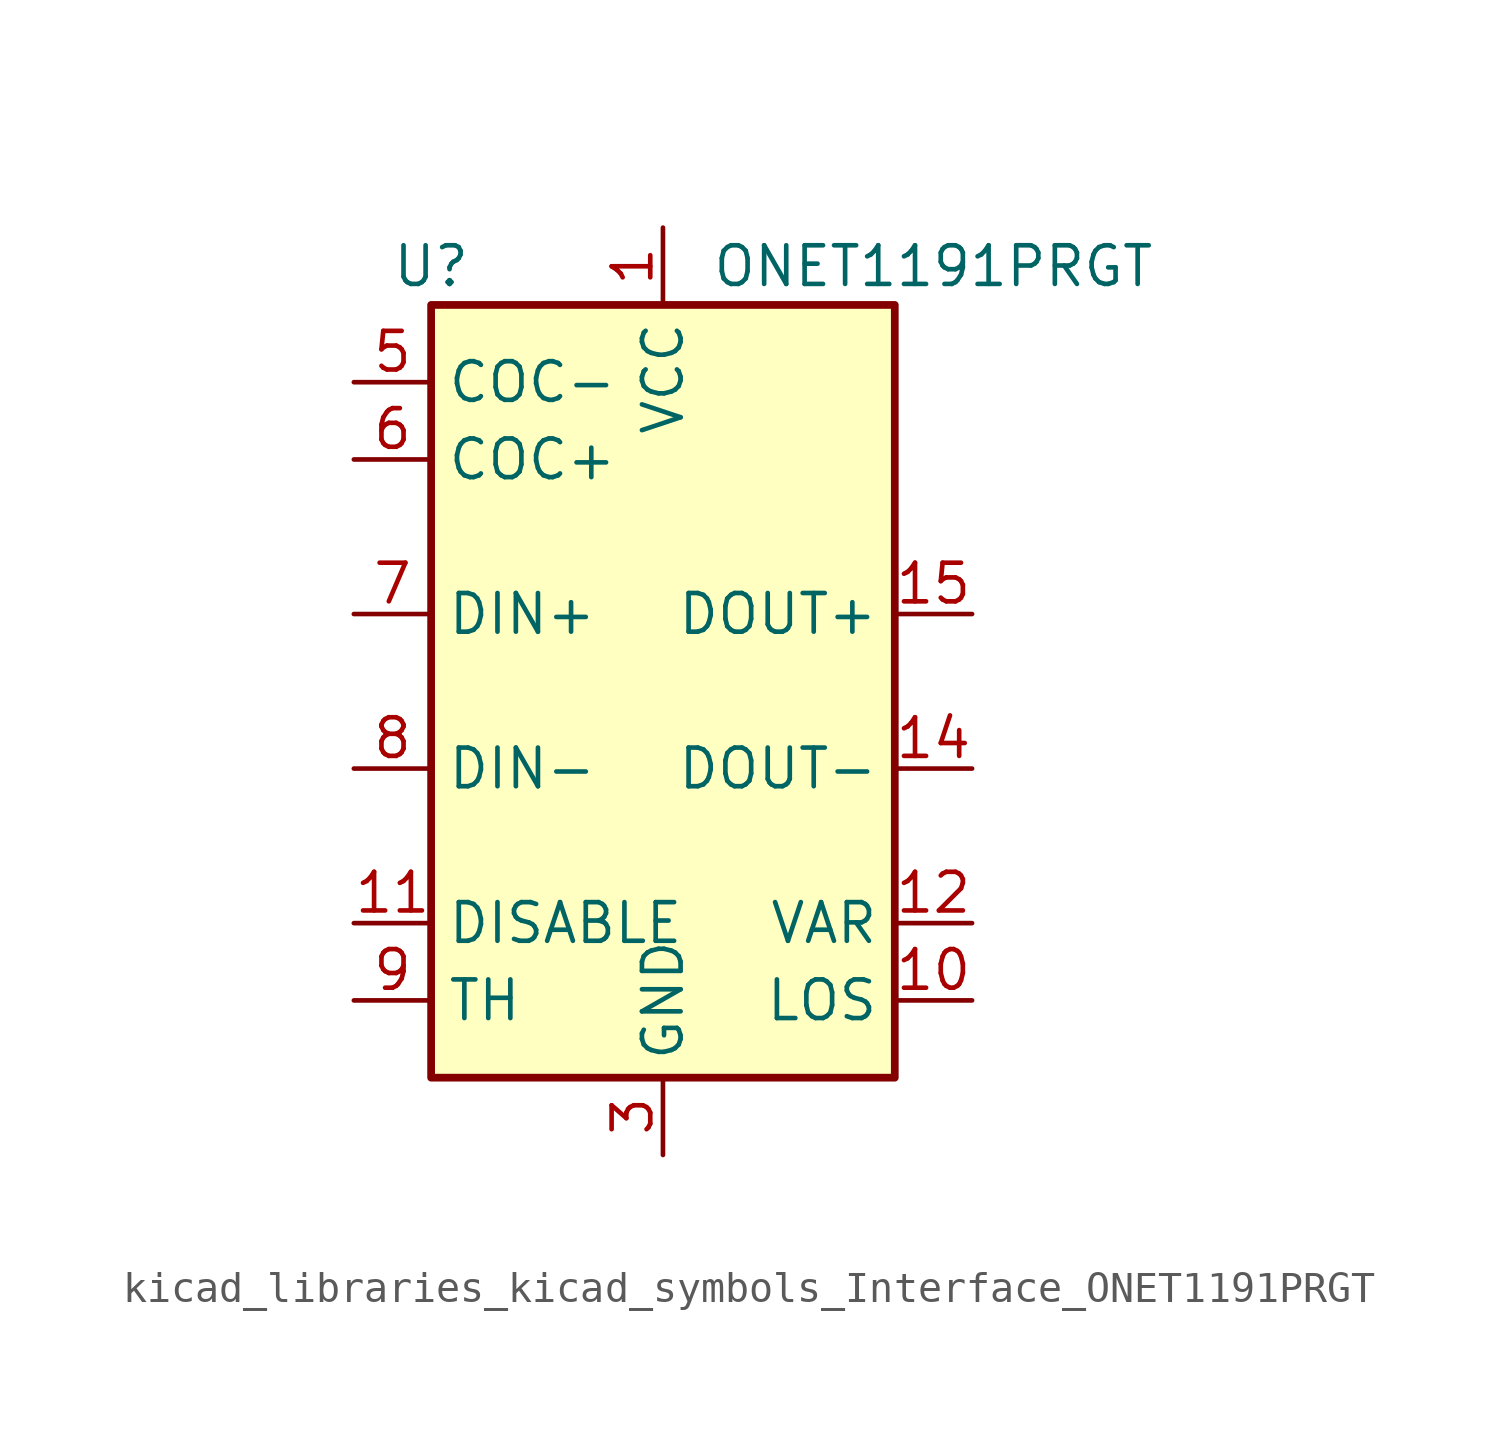
<source format=kicad_sym>
(kicad_symbol_lib
  (version 20220914)
  (generator kicad_symbol_editor)
  (symbol "kicad_libraries_kicad_symbols_Interface_ONET1191PRGT"
    (property "Reference" "U"
      (at -7.62 13.97 0)
      (effects (font (size 1.27 1.27))))
    (property "Value" "ONET1191PRGT"
      (at 8.89 13.97 0)
      (effects (font (size 1.27 1.27))))
    (symbol "kicad_libraries_kicad_symbols_Interface_ONET1191PRGT_0_1"
      (rectangle (start -7.62 12.7) (end 7.62 -12.7) (stroke (width 0.254) (type default)) (fill (type background))))
    (symbol "kicad_libraries_kicad_symbols_Interface_ONET1191PRGT_1_1"
      (pin power_in line (at 0 15.24 270) (length 2.54) (name "VCC" (effects (font (size 1.27 1.27)))) (number "1" (effects (font (size 1.27 1.27)))))
      (pin open_collector line (at 10.16 -10.16 180) (length 2.54) (name "LOS" (effects (font (size 1.27 1.27)))) (number "10" (effects (font (size 1.27 1.27)))))
      (pin input line (at -10.16 -7.62 0) (length 2.54) (name "DISABLE" (effects (font (size 1.27 1.27)))) (number "11" (effects (font (size 1.27 1.27)))))
      (pin input line (at 10.16 -7.62 180) (length 2.54) (name "VAR" (effects (font (size 1.27 1.27)))) (number "12" (effects (font (size 1.27 1.27)))))
      (pin passive line (at 0 -15.24 90) (length 2.54) hide (name "GND" (effects (font (size 1.27 1.27)))) (number "13" (effects (font (size 1.27 1.27)))))
      (pin output line (at 10.16 -2.54 180) (length 2.54) (name "DOUT-" (effects (font (size 1.27 1.27)))) (number "14" (effects (font (size 1.27 1.27)))))
      (pin output line (at 10.16 2.54 180) (length 2.54) (name "DOUT+" (effects (font (size 1.27 1.27)))) (number "15" (effects (font (size 1.27 1.27)))))
      (pin passive line (at 0 -15.24 90) (length 2.54) hide (name "GND" (effects (font (size 1.27 1.27)))) (number "16" (effects (font (size 1.27 1.27)))))
      (pin passive line (at 0 -15.24 90) (length 2.54) hide (name "GND" (effects (font (size 1.27 1.27)))) (number "17" (effects (font (size 1.27 1.27)))))
      (pin passive line (at 0 15.24 270) (length 2.54) hide (name "VCC" (effects (font (size 1.27 1.27)))) (number "2" (effects (font (size 1.27 1.27)))))
      (pin power_in line (at 0 -15.24 90) (length 2.54) (name "GND" (effects (font (size 1.27 1.27)))) (number "3" (effects (font (size 1.27 1.27)))))
      (pin passive line (at 0 -15.24 90) (length 2.54) hide (name "GND" (effects (font (size 1.27 1.27)))) (number "4" (effects (font (size 1.27 1.27)))))
      (pin passive line (at -10.16 10.16 0) (length 2.54) (name "COC-" (effects (font (size 1.27 1.27)))) (number "5" (effects (font (size 1.27 1.27)))))
      (pin passive line (at -10.16 7.62 0) (length 2.54) (name "COC+" (effects (font (size 1.27 1.27)))) (number "6" (effects (font (size 1.27 1.27)))))
      (pin input line (at -10.16 2.54 0) (length 2.54) (name "DIN+" (effects (font (size 1.27 1.27)))) (number "7" (effects (font (size 1.27 1.27)))))
      (pin input line (at -10.16 -2.54 0) (length 2.54) (name "DIN-" (effects (font (size 1.27 1.27)))) (number "8" (effects (font (size 1.27 1.27)))))
      (pin input line (at -10.16 -10.16 0) (length 2.54) (name "TH" (effects (font (size 1.27 1.27)))) (number "9" (effects (font (size 1.27 1.27))))))))
</source>
